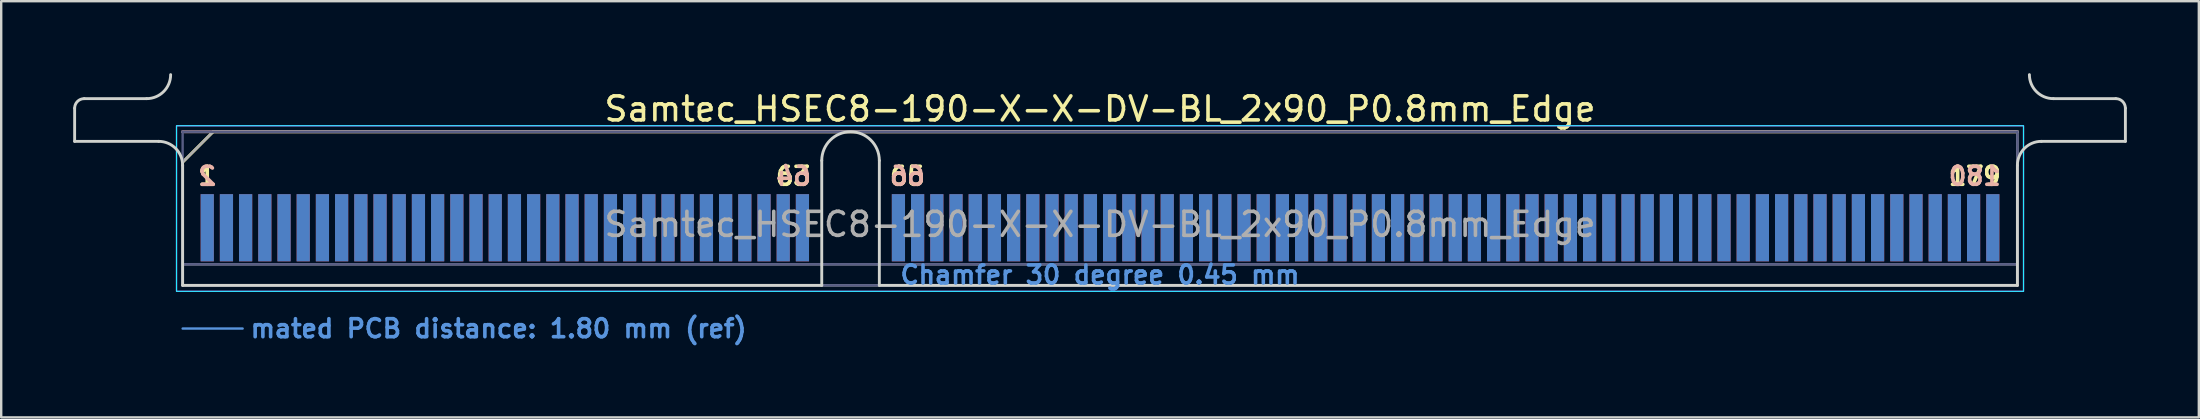
<source format=kicad_pcb>
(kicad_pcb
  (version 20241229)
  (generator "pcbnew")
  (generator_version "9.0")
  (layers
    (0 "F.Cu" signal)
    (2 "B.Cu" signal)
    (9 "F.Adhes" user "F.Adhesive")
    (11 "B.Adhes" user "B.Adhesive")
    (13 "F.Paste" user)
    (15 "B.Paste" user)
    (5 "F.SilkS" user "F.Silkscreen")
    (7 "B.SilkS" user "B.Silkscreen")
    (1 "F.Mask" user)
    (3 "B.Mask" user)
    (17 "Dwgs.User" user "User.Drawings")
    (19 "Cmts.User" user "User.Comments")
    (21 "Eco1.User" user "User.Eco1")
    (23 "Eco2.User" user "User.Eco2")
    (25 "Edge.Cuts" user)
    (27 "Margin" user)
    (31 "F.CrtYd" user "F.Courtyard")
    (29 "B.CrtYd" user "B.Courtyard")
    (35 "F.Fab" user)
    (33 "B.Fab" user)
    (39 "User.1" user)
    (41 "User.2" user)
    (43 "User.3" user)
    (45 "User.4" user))
  (footprint "Samtec_HSEC8-190-X-X-DV-BL_2x90_P0.8mm_Edge"
    (layer "F.Cu")
    (at 42.785 8.84)
    (property "Reference" "Samtec_HSEC8-190-X-X-DV-BL_2x90_P0.8mm_Edge" (at 0 -7.35 0) (layer "F.SilkS") (effects (font (size 1 1) (thickness 0.15))))
    (attr exclude_from_pos_files exclude_from_bom)
    (fp_line (start -38.225 -5.13) (end -36.955 -6.4) (stroke (width 0.12) (type solid)) (layer "F.SilkS"))
    (fp_line (start -36.955 -6.4) (end 38.225 -6.4) (stroke (width 0.12) (type solid)) (layer "F.SilkS"))
    (fp_line (start -38.225 -6.4) (end -38.225 -6.4) (stroke (width 0.12) (type solid)) (layer "B.SilkS"))
    (fp_line (start -38.225 -6.4) (end 38.225 -6.4) (stroke (width 0.12) (type solid)) (layer "B.SilkS"))
    (fp_line (start -38.225 1.8) (end -35.725 1.8) (stroke (width 0.1) (type solid)) (layer "Cmts.User"))
    (fp_line (start -42.725 -6) (end -42.725 -7.38) (stroke (width 0.12) (type solid)) (layer "Edge.Cuts"))
    (fp_line (start -42.325 -7.78) (end -39.725 -7.78) (stroke (width 0.12) (type solid)) (layer "Edge.Cuts"))
    (fp_line (start -39.225 -6) (end -42.725 -6) (stroke (width 0.12) (type solid)) (layer "Edge.Cuts"))
    (fp_line (start -38.225 -5) (end -38.225 0) (stroke (width 0.12) (type solid)) (layer "Edge.Cuts"))
    (fp_line (start -38.225 0) (end -11.595 0) (stroke (width 0.12) (type solid)) (layer "Edge.Cuts"))
    (fp_line (start -11.595 0) (end -11.595 -5.2) (stroke (width 0.12) (type solid)) (layer "Edge.Cuts"))
    (fp_line (start -9.195 -5.2) (end -9.195 0) (stroke (width 0.12) (type solid)) (layer "Edge.Cuts"))
    (fp_line (start -9.195 0) (end 38.225 0) (stroke (width 0.12) (type solid)) (layer "Edge.Cuts"))
    (fp_line (start 38.225 0) (end 38.225 -5) (stroke (width 0.12) (type solid)) (layer "Edge.Cuts"))
    (fp_line (start 39.225 -6) (end 42.725 -6) (stroke (width 0.12) (type solid)) (layer "Edge.Cuts"))
    (fp_line (start 42.325 -7.78) (end 39.725 -7.78) (stroke (width 0.12) (type solid)) (layer "Edge.Cuts"))
    (fp_line (start 42.725 -6) (end 42.725 -7.38) (stroke (width 0.12) (type solid)) (layer "Edge.Cuts"))
    (fp_arc (start -42.725 -7.38) (mid -42.607843 -7.662843) (end -42.325 -7.78) (stroke (width 0.12) (type solid)) (layer "Edge.Cuts"))
    (fp_arc (start -39.225 -6) (mid -38.517893 -5.707107) (end -38.225 -5) (stroke (width 0.12) (type solid)) (layer "Edge.Cuts"))
    (fp_arc (start -38.725 -8.78) (mid -39.017893 -8.072893) (end -39.725 -7.78) (stroke (width 0.12) (type solid)) (layer "Edge.Cuts"))
    (fp_arc (start -11.595 -5.2) (mid -10.395 -6.4) (end -9.195 -5.2) (stroke (width 0.12) (type solid)) (layer "Edge.Cuts"))
    (fp_arc (start 38.225 -5) (mid 38.517893 -5.707107) (end 39.225 -6) (stroke (width 0.12) (type solid)) (layer "Edge.Cuts"))
    (fp_arc (start 39.725 -7.78) (mid 39.017893 -8.072893) (end 38.725 -8.78) (stroke (width 0.12) (type solid)) (layer "Edge.Cuts"))
    (fp_arc (start 42.325 -7.78) (mid 42.607843 -7.662843) (end 42.725 -7.38) (stroke (width 0.12) (type solid)) (layer "Edge.Cuts"))
    (fp_rect (start -38.48 -6.65) (end 38.48 0.25) (stroke (width 0.05) (type solid)) (fill no) (layer "B.CrtYd"))
    (fp_rect (start -38.48 -6.65) (end 38.48 0.25) (stroke (width 0.05) (type solid)) (fill no) (layer "F.CrtYd"))
    (fp_line (start -38.225 -6.4) (end -38.225 -6.4) (stroke (width 0.1) (type solid)) (layer "B.Fab"))
    (fp_line (start -38.225 -6.4) (end -38.225 0) (stroke (width 0.1) (type solid)) (layer "B.Fab"))
    (fp_line (start -38.225 -6.4) (end 38.225 -6.4) (stroke (width 0.1) (type solid)) (layer "B.Fab"))
    (fp_line (start -38.225 -0.88) (end 38.225 -0.88) (stroke (width 0.1) (type solid)) (layer "B.Fab"))
    (fp_line (start -38.225 0) (end 38.225 0) (stroke (width 0.1) (type solid)) (layer "B.Fab"))
    (fp_line (start 38.225 -6.4) (end 38.225 0) (stroke (width 0.1) (type solid)) (layer "B.Fab"))
    (fp_line (start -38.225 -5.13) (end -38.225 0) (stroke (width 0.1) (type solid)) (layer "F.Fab"))
    (fp_line (start -38.225 -5.13) (end -36.955 -6.4) (stroke (width 0.1) (type solid)) (layer "F.Fab"))
    (fp_line (start -38.225 -0.88) (end 38.225 -0.88) (stroke (width 0.1) (type solid)) (layer "F.Fab"))
    (fp_line (start -38.225 0) (end 38.225 0) (stroke (width 0.1) (type solid)) (layer "F.Fab"))
    (fp_line (start -36.955 -6.4) (end 38.225 -6.4) (stroke (width 0.1) (type solid)) (layer "F.Fab"))
    (fp_line (start 38.225 -6.4) (end 38.225 0) (stroke (width 0.1) (type solid)) (layer "F.Fab"))
    (fp_text user "1" (at -37.2 -4.55 0) (layer "F.SilkS") (effects (font (size 0.75 0.75) (thickness 0.15))))
    (fp_text user "179" (at 36.45 -4.55 0) (layer "F.SilkS") (effects (font (size 0.75 0.75) (thickness 0.15))))
    (fp_text user "65" (at -8.025 -4.55 0) (layer "F.SilkS") (effects (font (size 0.75 0.75) (thickness 0.15))))
    (fp_text user "63" (at -12.775 -4.55 0) (layer "F.SilkS") (effects (font (size 0.75 0.75) (thickness 0.15))))
    (fp_text user "180" (at 36.45 -4.55 0) (layer "B.SilkS") (effects (font (size 0.75 0.75) (thickness 0.15)) (justify mirror)))
    (fp_text user "64" (at -12.775 -4.55 0) (layer "B.SilkS") (effects (font (size 0.75 0.75) (thickness 0.15)) (justify mirror)))
    (fp_text user "66" (at -8.025 -4.55 0) (layer "B.SilkS") (effects (font (size 0.75 0.75) (thickness 0.15)) (justify mirror)))
    (fp_text user "2" (at -37.2 -4.55 0) (layer "B.SilkS") (effects (font (size 0.75 0.75) (thickness 0.15)) (justify mirror)))
    (fp_text user "mated PCB distance: 1.80 mm (ref)" (at -35.48 1.8 0) (layer "Cmts.User") (effects (font (size 0.75 0.75) (thickness 0.15)) (justify left)))
    (fp_text user "Chamfer 30 degree 0.45 mm" (at 0 -0.44 0) (layer "Cmts.User") (effects (font (size 0.75 0.75) (thickness 0.15))))
    (fp_text user "${REFERENCE}" (at 0 -2.54 0) (layer "F.Fab") (effects (font (size 1 1) (thickness 0.15))))
    (pad "1" connect rect (at -37.2 -2.4) (size 0.55 2.8) (layers "F.Cu" "F.Mask"))
    (pad "2" connect rect (at -37.2 -2.4) (size 0.55 2.8) (layers "B.Cu" "B.Mask"))
    (pad "3" connect rect (at -36.4 -2.4) (size 0.55 2.8) (layers "F.Cu" "F.Mask"))
    (pad "4" connect rect (at -36.4 -2.4) (size 0.55 2.8) (layers "B.Cu" "B.Mask"))
    (pad "5" connect rect (at -35.6 -2.4) (size 0.55 2.8) (layers "F.Cu" "F.Mask"))
    (pad "6" connect rect (at -35.6 -2.4) (size 0.55 2.8) (layers "B.Cu" "B.Mask"))
    (pad "7" connect rect (at -34.8 -2.4) (size 0.55 2.8) (layers "F.Cu" "F.Mask"))
    (pad "8" connect rect (at -34.8 -2.4) (size 0.55 2.8) (layers "B.Cu" "B.Mask"))
    (pad "9" connect rect (at -34 -2.4) (size 0.55 2.8) (layers "F.Cu" "F.Mask"))
    (pad "10" connect rect (at -34 -2.4) (size 0.55 2.8) (layers "B.Cu" "B.Mask"))
    (pad "11" connect rect (at -33.2 -2.4) (size 0.55 2.8) (layers "F.Cu" "F.Mask"))
    (pad "12" connect rect (at -33.2 -2.4) (size 0.55 2.8) (layers "B.Cu" "B.Mask"))
    (pad "13" connect rect (at -32.4 -2.4) (size 0.55 2.8) (layers "F.Cu" "F.Mask"))
    (pad "14" connect rect (at -32.4 -2.4) (size 0.55 2.8) (layers "B.Cu" "B.Mask"))
    (pad "15" connect rect (at -31.6 -2.4) (size 0.55 2.8) (layers "F.Cu" "F.Mask"))
    (pad "16" connect rect (at -31.6 -2.4) (size 0.55 2.8) (layers "B.Cu" "B.Mask"))
    (pad "17" connect rect (at -30.8 -2.4) (size 0.55 2.8) (layers "F.Cu" "F.Mask"))
    (pad "18" connect rect (at -30.8 -2.4) (size 0.55 2.8) (layers "B.Cu" "B.Mask"))
    (pad "19" connect rect (at -30 -2.4) (size 0.55 2.8) (layers "F.Cu" "F.Mask"))
    (pad "20" connect rect (at -30 -2.4) (size 0.55 2.8) (layers "B.Cu" "B.Mask"))
    (pad "21" connect rect (at -29.2 -2.4) (size 0.55 2.8) (layers "F.Cu" "F.Mask"))
    (pad "22" connect rect (at -29.2 -2.4) (size 0.55 2.8) (layers "B.Cu" "B.Mask"))
    (pad "23" connect rect (at -28.4 -2.4) (size 0.55 2.8) (layers "F.Cu" "F.Mask"))
    (pad "24" connect rect (at -28.4 -2.4) (size 0.55 2.8) (layers "B.Cu" "B.Mask"))
    (pad "25" connect rect (at -27.6 -2.4) (size 0.55 2.8) (layers "F.Cu" "F.Mask"))
    (pad "26" connect rect (at -27.6 -2.4) (size 0.55 2.8) (layers "B.Cu" "B.Mask"))
    (pad "27" connect rect (at -26.8 -2.4) (size 0.55 2.8) (layers "F.Cu" "F.Mask"))
    (pad "28" connect rect (at -26.8 -2.4) (size 0.55 2.8) (layers "B.Cu" "B.Mask"))
    (pad "29" connect rect (at -26 -2.4) (size 0.55 2.8) (layers "F.Cu" "F.Mask"))
    (pad "30" connect rect (at -26 -2.4) (size 0.55 2.8) (layers "B.Cu" "B.Mask"))
    (pad "31" connect rect (at -25.2 -2.4) (size 0.55 2.8) (layers "F.Cu" "F.Mask"))
    (pad "32" connect rect (at -25.2 -2.4) (size 0.55 2.8) (layers "B.Cu" "B.Mask"))
    (pad "33" connect rect (at -24.4 -2.4) (size 0.55 2.8) (layers "F.Cu" "F.Mask"))
    (pad "34" connect rect (at -24.4 -2.4) (size 0.55 2.8) (layers "B.Cu" "B.Mask"))
    (pad "35" connect rect (at -23.6 -2.4) (size 0.55 2.8) (layers "F.Cu" "F.Mask"))
    (pad "36" connect rect (at -23.6 -2.4) (size 0.55 2.8) (layers "B.Cu" "B.Mask"))
    (pad "37" connect rect (at -22.8 -2.4) (size 0.55 2.8) (layers "F.Cu" "F.Mask"))
    (pad "38" connect rect (at -22.8 -2.4) (size 0.55 2.8) (layers "B.Cu" "B.Mask"))
    (pad "39" connect rect (at -22 -2.4) (size 0.55 2.8) (layers "F.Cu" "F.Mask"))
    (pad "40" connect rect (at -22 -2.4) (size 0.55 2.8) (layers "B.Cu" "B.Mask"))
    (pad "41" connect rect (at -21.2 -2.4) (size 0.55 2.8) (layers "F.Cu" "F.Mask"))
    (pad "42" connect rect (at -21.2 -2.4) (size 0.55 2.8) (layers "B.Cu" "B.Mask"))
    (pad "43" connect rect (at -20.4 -2.4) (size 0.55 2.8) (layers "F.Cu" "F.Mask"))
    (pad "44" connect rect (at -20.4 -2.4) (size 0.55 2.8) (layers "B.Cu" "B.Mask"))
    (pad "45" connect rect (at -19.6 -2.4) (size 0.55 2.8) (layers "F.Cu" "F.Mask"))
    (pad "46" connect rect (at -19.6 -2.4) (size 0.55 2.8) (layers "B.Cu" "B.Mask"))
    (pad "47" connect rect (at -18.8 -2.4) (size 0.55 2.8) (layers "F.Cu" "F.Mask"))
    (pad "48" connect rect (at -18.8 -2.4) (size 0.55 2.8) (layers "B.Cu" "B.Mask"))
    (pad "49" connect rect (at -18 -2.4) (size 0.55 2.8) (layers "F.Cu" "F.Mask"))
    (pad "50" connect rect (at -18 -2.4) (size 0.55 2.8) (layers "B.Cu" "B.Mask"))
    (pad "51" connect rect (at -17.2 -2.4) (size 0.55 2.8) (layers "F.Cu" "F.Mask"))
    (pad "52" connect rect (at -17.2 -2.4) (size 0.55 2.8) (layers "B.Cu" "B.Mask"))
    (pad "53" connect rect (at -16.4 -2.4) (size 0.55 2.8) (layers "F.Cu" "F.Mask"))
    (pad "54" connect rect (at -16.4 -2.4) (size 0.55 2.8) (layers "B.Cu" "B.Mask"))
    (pad "55" connect rect (at -15.6 -2.4) (size 0.55 2.8) (layers "F.Cu" "F.Mask"))
    (pad "56" connect rect (at -15.6 -2.4) (size 0.55 2.8) (layers "B.Cu" "B.Mask"))
    (pad "57" connect rect (at -14.8 -2.4) (size 0.55 2.8) (layers "F.Cu" "F.Mask"))
    (pad "58" connect rect (at -14.8 -2.4) (size 0.55 2.8) (layers "B.Cu" "B.Mask"))
    (pad "59" connect rect (at -14 -2.4) (size 0.55 2.8) (layers "F.Cu" "F.Mask"))
    (pad "60" connect rect (at -14 -2.4) (size 0.55 2.8) (layers "B.Cu" "B.Mask"))
    (pad "61" connect rect (at -13.2 -2.4) (size 0.55 2.8) (layers "F.Cu" "F.Mask"))
    (pad "62" connect rect (at -13.2 -2.4) (size 0.55 2.8) (layers "B.Cu" "B.Mask"))
    (pad "63" connect rect (at -12.4 -2.4) (size 0.55 2.8) (layers "F.Cu" "F.Mask"))
    (pad "64" connect rect (at -12.4 -2.4) (size 0.55 2.8) (layers "B.Cu" "B.Mask"))
    (pad "65" connect rect (at -8.4 -2.4) (size 0.55 2.8) (layers "F.Cu" "F.Mask"))
    (pad "66" connect rect (at -8.4 -2.4) (size 0.55 2.8) (layers "B.Cu" "B.Mask"))
    (pad "67" connect rect (at -7.6 -2.4) (size 0.55 2.8) (layers "F.Cu" "F.Mask"))
    (pad "68" connect rect (at -7.6 -2.4) (size 0.55 2.8) (layers "B.Cu" "B.Mask"))
    (pad "69" connect rect (at -6.8 -2.4) (size 0.55 2.8) (layers "F.Cu" "F.Mask"))
    (pad "70" connect rect (at -6.8 -2.4) (size 0.55 2.8) (layers "B.Cu" "B.Mask"))
    (pad "71" connect rect (at -6 -2.4) (size 0.55 2.8) (layers "F.Cu" "F.Mask"))
    (pad "72" connect rect (at -6 -2.4) (size 0.55 2.8) (layers "B.Cu" "B.Mask"))
    (pad "73" connect rect (at -5.2 -2.4) (size 0.55 2.8) (layers "F.Cu" "F.Mask"))
    (pad "74" connect rect (at -5.2 -2.4) (size 0.55 2.8) (layers "B.Cu" "B.Mask"))
    (pad "75" connect rect (at -4.4 -2.4) (size 0.55 2.8) (layers "F.Cu" "F.Mask"))
    (pad "76" connect rect (at -4.4 -2.4) (size 0.55 2.8) (layers "B.Cu" "B.Mask"))
    (pad "77" connect rect (at -3.6 -2.4) (size 0.55 2.8) (layers "F.Cu" "F.Mask"))
    (pad "78" connect rect (at -3.6 -2.4) (size 0.55 2.8) (layers "B.Cu" "B.Mask"))
    (pad "79" connect rect (at -2.8 -2.4) (size 0.55 2.8) (layers "F.Cu" "F.Mask"))
    (pad "80" connect rect (at -2.8 -2.4) (size 0.55 2.8) (layers "B.Cu" "B.Mask"))
    (pad "81" connect rect (at -2 -2.4) (size 0.55 2.8) (layers "F.Cu" "F.Mask"))
    (pad "82" connect rect (at -2 -2.4) (size 0.55 2.8) (layers "B.Cu" "B.Mask"))
    (pad "83" connect rect (at -1.2 -2.4) (size 0.55 2.8) (layers "F.Cu" "F.Mask"))
    (pad "84" connect rect (at -1.2 -2.4) (size 0.55 2.8) (layers "B.Cu" "B.Mask"))
    (pad "85" connect rect (at -0.4 -2.4) (size 0.55 2.8) (layers "F.Cu" "F.Mask"))
    (pad "86" connect rect (at -0.4 -2.4) (size 0.55 2.8) (layers "B.Cu" "B.Mask"))
    (pad "87" connect rect (at 0.4 -2.4) (size 0.55 2.8) (layers "F.Cu" "F.Mask"))
    (pad "88" connect rect (at 0.4 -2.4) (size 0.55 2.8) (layers "B.Cu" "B.Mask"))
    (pad "89" connect rect (at 1.2 -2.4) (size 0.55 2.8) (layers "F.Cu" "F.Mask"))
    (pad "90" connect rect (at 1.2 -2.4) (size 0.55 2.8) (layers "B.Cu" "B.Mask"))
    (pad "91" connect rect (at 2 -2.4) (size 0.55 2.8) (layers "F.Cu" "F.Mask"))
    (pad "92" connect rect (at 2 -2.4) (size 0.55 2.8) (layers "B.Cu" "B.Mask"))
    (pad "93" connect rect (at 2.8 -2.4) (size 0.55 2.8) (layers "F.Cu" "F.Mask"))
    (pad "94" connect rect (at 2.8 -2.4) (size 0.55 2.8) (layers "B.Cu" "B.Mask"))
    (pad "95" connect rect (at 3.6 -2.4) (size 0.55 2.8) (layers "F.Cu" "F.Mask"))
    (pad "96" connect rect (at 3.6 -2.4) (size 0.55 2.8) (layers "B.Cu" "B.Mask"))
    (pad "97" connect rect (at 4.4 -2.4) (size 0.55 2.8) (layers "F.Cu" "F.Mask"))
    (pad "98" connect rect (at 4.4 -2.4) (size 0.55 2.8) (layers "B.Cu" "B.Mask"))
    (pad "99" connect rect (at 5.2 -2.4) (size 0.55 2.8) (layers "F.Cu" "F.Mask"))
    (pad "100" connect rect (at 5.2 -2.4) (size 0.55 2.8) (layers "B.Cu" "B.Mask"))
    (pad "101" connect rect (at 6 -2.4) (size 0.55 2.8) (layers "F.Cu" "F.Mask"))
    (pad "102" connect rect (at 6 -2.4) (size 0.55 2.8) (layers "B.Cu" "B.Mask"))
    (pad "103" connect rect (at 6.8 -2.4) (size 0.55 2.8) (layers "F.Cu" "F.Mask"))
    (pad "104" connect rect (at 6.8 -2.4) (size 0.55 2.8) (layers "B.Cu" "B.Mask"))
    (pad "105" connect rect (at 7.6 -2.4) (size 0.55 2.8) (layers "F.Cu" "F.Mask"))
    (pad "106" connect rect (at 7.6 -2.4) (size 0.55 2.8) (layers "B.Cu" "B.Mask"))
    (pad "107" connect rect (at 8.4 -2.4) (size 0.55 2.8) (layers "F.Cu" "F.Mask"))
    (pad "108" connect rect (at 8.4 -2.4) (size 0.55 2.8) (layers "B.Cu" "B.Mask"))
    (pad "109" connect rect (at 9.2 -2.4) (size 0.55 2.8) (layers "F.Cu" "F.Mask"))
    (pad "110" connect rect (at 9.2 -2.4) (size 0.55 2.8) (layers "B.Cu" "B.Mask"))
    (pad "111" connect rect (at 10 -2.4) (size 0.55 2.8) (layers "F.Cu" "F.Mask"))
    (pad "112" connect rect (at 10 -2.4) (size 0.55 2.8) (layers "B.Cu" "B.Mask"))
    (pad "113" connect rect (at 10.8 -2.4) (size 0.55 2.8) (layers "F.Cu" "F.Mask"))
    (pad "114" connect rect (at 10.8 -2.4) (size 0.55 2.8) (layers "B.Cu" "B.Mask"))
    (pad "115" connect rect (at 11.6 -2.4) (size 0.55 2.8) (layers "F.Cu" "F.Mask"))
    (pad "116" connect rect (at 11.6 -2.4) (size 0.55 2.8) (layers "B.Cu" "B.Mask"))
    (pad "117" connect rect (at 12.4 -2.4) (size 0.55 2.8) (layers "F.Cu" "F.Mask"))
    (pad "118" connect rect (at 12.4 -2.4) (size 0.55 2.8) (layers "B.Cu" "B.Mask"))
    (pad "119" connect rect (at 13.2 -2.4) (size 0.55 2.8) (layers "F.Cu" "F.Mask"))
    (pad "120" connect rect (at 13.2 -2.4) (size 0.55 2.8) (layers "B.Cu" "B.Mask"))
    (pad "121" connect rect (at 14 -2.4) (size 0.55 2.8) (layers "F.Cu" "F.Mask"))
    (pad "122" connect rect (at 14 -2.4) (size 0.55 2.8) (layers "B.Cu" "B.Mask"))
    (pad "123" connect rect (at 14.8 -2.4) (size 0.55 2.8) (layers "F.Cu" "F.Mask"))
    (pad "124" connect rect (at 14.8 -2.4) (size 0.55 2.8) (layers "B.Cu" "B.Mask"))
    (pad "125" connect rect (at 15.6 -2.4) (size 0.55 2.8) (layers "F.Cu" "F.Mask"))
    (pad "126" connect rect (at 15.6 -2.4) (size 0.55 2.8) (layers "B.Cu" "B.Mask"))
    (pad "127" connect rect (at 16.4 -2.4) (size 0.55 2.8) (layers "F.Cu" "F.Mask"))
    (pad "128" connect rect (at 16.4 -2.4) (size 0.55 2.8) (layers "B.Cu" "B.Mask"))
    (pad "129" connect rect (at 17.2 -2.4) (size 0.55 2.8) (layers "F.Cu" "F.Mask"))
    (pad "130" connect rect (at 17.2 -2.4) (size 0.55 2.8) (layers "B.Cu" "B.Mask"))
    (pad "131" connect rect (at 18 -2.4) (size 0.55 2.8) (layers "F.Cu" "F.Mask"))
    (pad "132" connect rect (at 18 -2.4) (size 0.55 2.8) (layers "B.Cu" "B.Mask"))
    (pad "133" connect rect (at 18.8 -2.4) (size 0.55 2.8) (layers "F.Cu" "F.Mask"))
    (pad "134" connect rect (at 18.8 -2.4) (size 0.55 2.8) (layers "B.Cu" "B.Mask"))
    (pad "135" connect rect (at 19.6 -2.4) (size 0.55 2.8) (layers "F.Cu" "F.Mask"))
    (pad "136" connect rect (at 19.6 -2.4) (size 0.55 2.8) (layers "B.Cu" "B.Mask"))
    (pad "137" connect rect (at 20.4 -2.4) (size 0.55 2.8) (layers "F.Cu" "F.Mask"))
    (pad "138" connect rect (at 20.4 -2.4) (size 0.55 2.8) (layers "B.Cu" "B.Mask"))
    (pad "139" connect rect (at 21.2 -2.4) (size 0.55 2.8) (layers "F.Cu" "F.Mask"))
    (pad "140" connect rect (at 21.2 -2.4) (size 0.55 2.8) (layers "B.Cu" "B.Mask"))
    (pad "141" connect rect (at 22 -2.4) (size 0.55 2.8) (layers "F.Cu" "F.Mask"))
    (pad "142" connect rect (at 22 -2.4) (size 0.55 2.8) (layers "B.Cu" "B.Mask"))
    (pad "143" connect rect (at 22.8 -2.4) (size 0.55 2.8) (layers "F.Cu" "F.Mask"))
    (pad "144" connect rect (at 22.8 -2.4) (size 0.55 2.8) (layers "B.Cu" "B.Mask"))
    (pad "145" connect rect (at 23.6 -2.4) (size 0.55 2.8) (layers "F.Cu" "F.Mask"))
    (pad "146" connect rect (at 23.6 -2.4) (size 0.55 2.8) (layers "B.Cu" "B.Mask"))
    (pad "147" connect rect (at 24.4 -2.4) (size 0.55 2.8) (layers "F.Cu" "F.Mask"))
    (pad "148" connect rect (at 24.4 -2.4) (size 0.55 2.8) (layers "B.Cu" "B.Mask"))
    (pad "149" connect rect (at 25.2 -2.4) (size 0.55 2.8) (layers "F.Cu" "F.Mask"))
    (pad "150" connect rect (at 25.2 -2.4) (size 0.55 2.8) (layers "B.Cu" "B.Mask"))
    (pad "151" connect rect (at 26 -2.4) (size 0.55 2.8) (layers "F.Cu" "F.Mask"))
    (pad "152" connect rect (at 26 -2.4) (size 0.55 2.8) (layers "B.Cu" "B.Mask"))
    (pad "153" connect rect (at 26.8 -2.4) (size 0.55 2.8) (layers "F.Cu" "F.Mask"))
    (pad "154" connect rect (at 26.8 -2.4) (size 0.55 2.8) (layers "B.Cu" "B.Mask"))
    (pad "155" connect rect (at 27.6 -2.4) (size 0.55 2.8) (layers "F.Cu" "F.Mask"))
    (pad "156" connect rect (at 27.6 -2.4) (size 0.55 2.8) (layers "B.Cu" "B.Mask"))
    (pad "157" connect rect (at 28.4 -2.4) (size 0.55 2.8) (layers "F.Cu" "F.Mask"))
    (pad "158" connect rect (at 28.4 -2.4) (size 0.55 2.8) (layers "B.Cu" "B.Mask"))
    (pad "159" connect rect (at 29.2 -2.4) (size 0.55 2.8) (layers "F.Cu" "F.Mask"))
    (pad "160" connect rect (at 29.2 -2.4) (size 0.55 2.8) (layers "B.Cu" "B.Mask"))
    (pad "161" connect rect (at 30 -2.4) (size 0.55 2.8) (layers "F.Cu" "F.Mask"))
    (pad "162" connect rect (at 30 -2.4) (size 0.55 2.8) (layers "B.Cu" "B.Mask"))
    (pad "163" connect rect (at 30.8 -2.4) (size 0.55 2.8) (layers "F.Cu" "F.Mask"))
    (pad "164" connect rect (at 30.8 -2.4) (size 0.55 2.8) (layers "B.Cu" "B.Mask"))
    (pad "165" connect rect (at 31.6 -2.4) (size 0.55 2.8) (layers "F.Cu" "F.Mask"))
    (pad "166" connect rect (at 31.6 -2.4) (size 0.55 2.8) (layers "B.Cu" "B.Mask"))
    (pad "167" connect rect (at 32.4 -2.4) (size 0.55 2.8) (layers "F.Cu" "F.Mask"))
    (pad "168" connect rect (at 32.4 -2.4) (size 0.55 2.8) (layers "B.Cu" "B.Mask"))
    (pad "169" connect rect (at 33.2 -2.4) (size 0.55 2.8) (layers "F.Cu" "F.Mask"))
    (pad "170" connect rect (at 33.2 -2.4) (size 0.55 2.8) (layers "B.Cu" "B.Mask"))
    (pad "171" connect rect (at 34 -2.4) (size 0.55 2.8) (layers "F.Cu" "F.Mask"))
    (pad "172" connect rect (at 34 -2.4) (size 0.55 2.8) (layers "B.Cu" "B.Mask"))
    (pad "173" connect rect (at 34.8 -2.4) (size 0.55 2.8) (layers "F.Cu" "F.Mask"))
    (pad "174" connect rect (at 34.8 -2.4) (size 0.55 2.8) (layers "B.Cu" "B.Mask"))
    (pad "175" connect rect (at 35.6 -2.4) (size 0.55 2.8) (layers "F.Cu" "F.Mask"))
    (pad "176" connect rect (at 35.6 -2.4) (size 0.55 2.8) (layers "B.Cu" "B.Mask"))
    (pad "177" connect rect (at 36.4 -2.4) (size 0.55 2.8) (layers "F.Cu" "F.Mask"))
    (pad "178" connect rect (at 36.4 -2.4) (size 0.55 2.8) (layers "B.Cu" "B.Mask"))
    (pad "179" connect rect (at 37.2 -2.4) (size 0.55 2.8) (layers "F.Cu" "F.Mask"))
    (pad "180" connect rect (at 37.2 -2.4) (size 0.55 2.8) (layers "B.Cu" "B.Mask")))
  (gr_rect
    (start -3 -3)
    (end 88.57 14.342)
    (stroke (width 0.1) (type default))
    (fill no)
    (layer "Edge.Cuts")))
</source>
